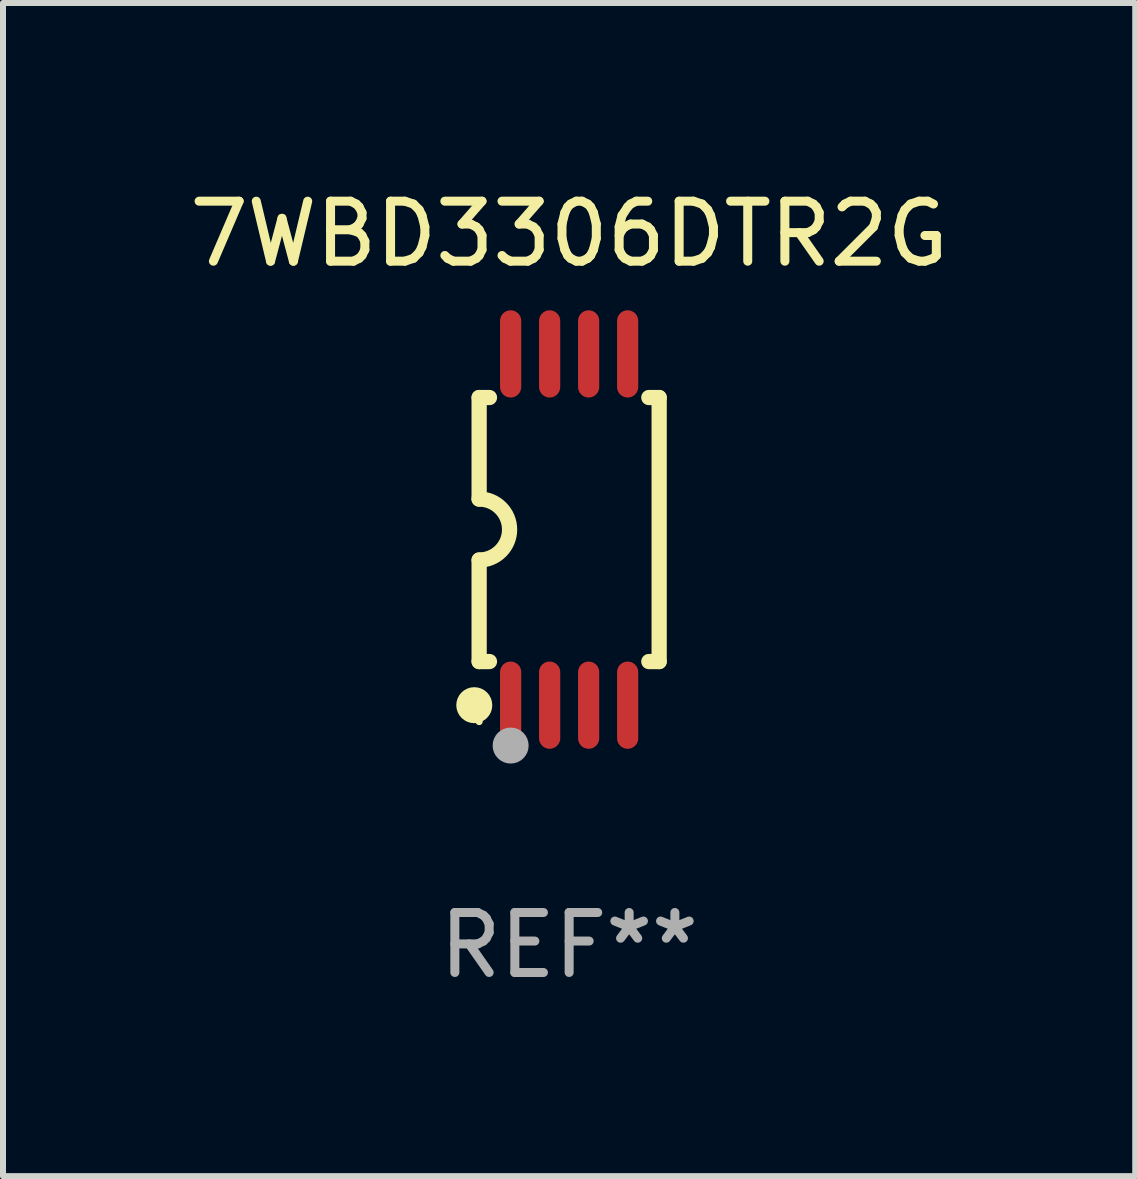
<source format=kicad_pcb>
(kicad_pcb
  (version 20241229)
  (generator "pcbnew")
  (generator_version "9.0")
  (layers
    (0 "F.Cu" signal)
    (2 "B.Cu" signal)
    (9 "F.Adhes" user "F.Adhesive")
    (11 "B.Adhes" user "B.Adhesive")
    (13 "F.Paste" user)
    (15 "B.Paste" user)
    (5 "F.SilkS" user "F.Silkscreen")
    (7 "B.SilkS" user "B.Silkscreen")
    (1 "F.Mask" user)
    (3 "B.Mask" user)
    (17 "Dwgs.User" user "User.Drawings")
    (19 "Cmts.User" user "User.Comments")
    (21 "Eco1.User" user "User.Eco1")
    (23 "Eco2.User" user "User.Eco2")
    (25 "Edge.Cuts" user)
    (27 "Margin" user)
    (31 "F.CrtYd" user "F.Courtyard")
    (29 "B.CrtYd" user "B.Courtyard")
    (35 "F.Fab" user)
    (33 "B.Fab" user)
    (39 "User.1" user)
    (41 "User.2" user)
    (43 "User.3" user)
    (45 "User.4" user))
  (footprint "7WBD3306DTR2G"
    (layer "F.Cu")
    (at 6.435 5.775)
    (property "Reference" "7WBD3306DTR2G" (at 0 -4.927 0) (layer "F.SilkS") (effects (font (size 1 1) (thickness 0.15))))
    (attr through_hole)
    (fp_line (start -1.5 -2.2) (end -1.5 -0.508) (stroke (width 0.254) (type solid)) (layer "F.SilkS"))
    (fp_line (start -1.5 -2.2) (end -1.328 -2.2) (stroke (width 0.254) (type solid)) (layer "F.SilkS"))
    (fp_line (start -1.5 2.2) (end -1.5 0.508) (stroke (width 0.254) (type solid)) (layer "F.SilkS"))
    (fp_line (start -1.5 2.2) (end -1.328 2.2) (stroke (width 0.254) (type solid)) (layer "F.SilkS"))
    (fp_line (start 1.328 -2.2) (end 1.5 -2.2) (stroke (width 0.254) (type solid)) (layer "F.SilkS"))
    (fp_line (start 1.328 2.2) (end 1.5 2.2) (stroke (width 0.254) (type solid)) (layer "F.SilkS"))
    (fp_line (start 1.5 -2.2) (end 1.5 2.2) (stroke (width 0.254) (type solid)) (layer "F.SilkS"))
    (fp_arc (start -1.501144 -0.508) (mid -0.993143 -0.000571) (end -1.5 0.508001) (stroke (width 0.254001) (type solid)) (layer "F.SilkS"))
    (fp_circle (center -1.581 2.927) (end -1.431 2.927) (stroke (width 0.3) (type solid)) (fill no) (layer "F.SilkS"))
    (fp_circle (center -1.5 3.2) (end -1.47 3.2) (stroke (width 0.06) (type solid)) (fill no) (layer "F.SilkS"))
    (fp_circle (center -0.975 3.6) (end -0.825 3.6) (stroke (width 0.3) (type solid)) (fill no) (layer "F.Fab"))
    (fp_text user "REF**" (at 0 6.927 0) (layer "F.Fab") (effects (font (size 1 1) (thickness 0.15))))
    (pad "1" smd oval (at -0.975 2.927) (size 0.353 1.454) (layers "F.Cu" "F.Mask" "F.Paste"))
    (pad "2" smd oval (at -0.325 2.927) (size 0.353 1.454) (layers "F.Cu" "F.Mask" "F.Paste"))
    (pad "3" smd oval (at 0.325 2.927) (size 0.353 1.454) (layers "F.Cu" "F.Mask" "F.Paste"))
    (pad "4" smd oval (at 0.975 2.927) (size 0.353 1.454) (layers "F.Cu" "F.Mask" "F.Paste"))
    (pad "5" smd oval (at 0.975 -2.927) (size 0.353 1.454) (layers "F.Cu" "F.Mask" "F.Paste"))
    (pad "6" smd oval (at 0.325 -2.927) (size 0.353 1.454) (layers "F.Cu" "F.Mask" "F.Paste"))
    (pad "7" smd oval (at -0.325 -2.927) (size 0.353 1.454) (layers "F.Cu" "F.Mask" "F.Paste"))
    (pad "8" smd oval (at -0.975 -2.927) (size 0.353 1.454) (layers "F.Cu" "F.Mask" "F.Paste")))
  (gr_rect
    (start -3 -3)
    (end 15.869 16.551)
    (stroke (width 0.1) (type default))
    (fill no)
    (layer "Edge.Cuts")))
</source>
